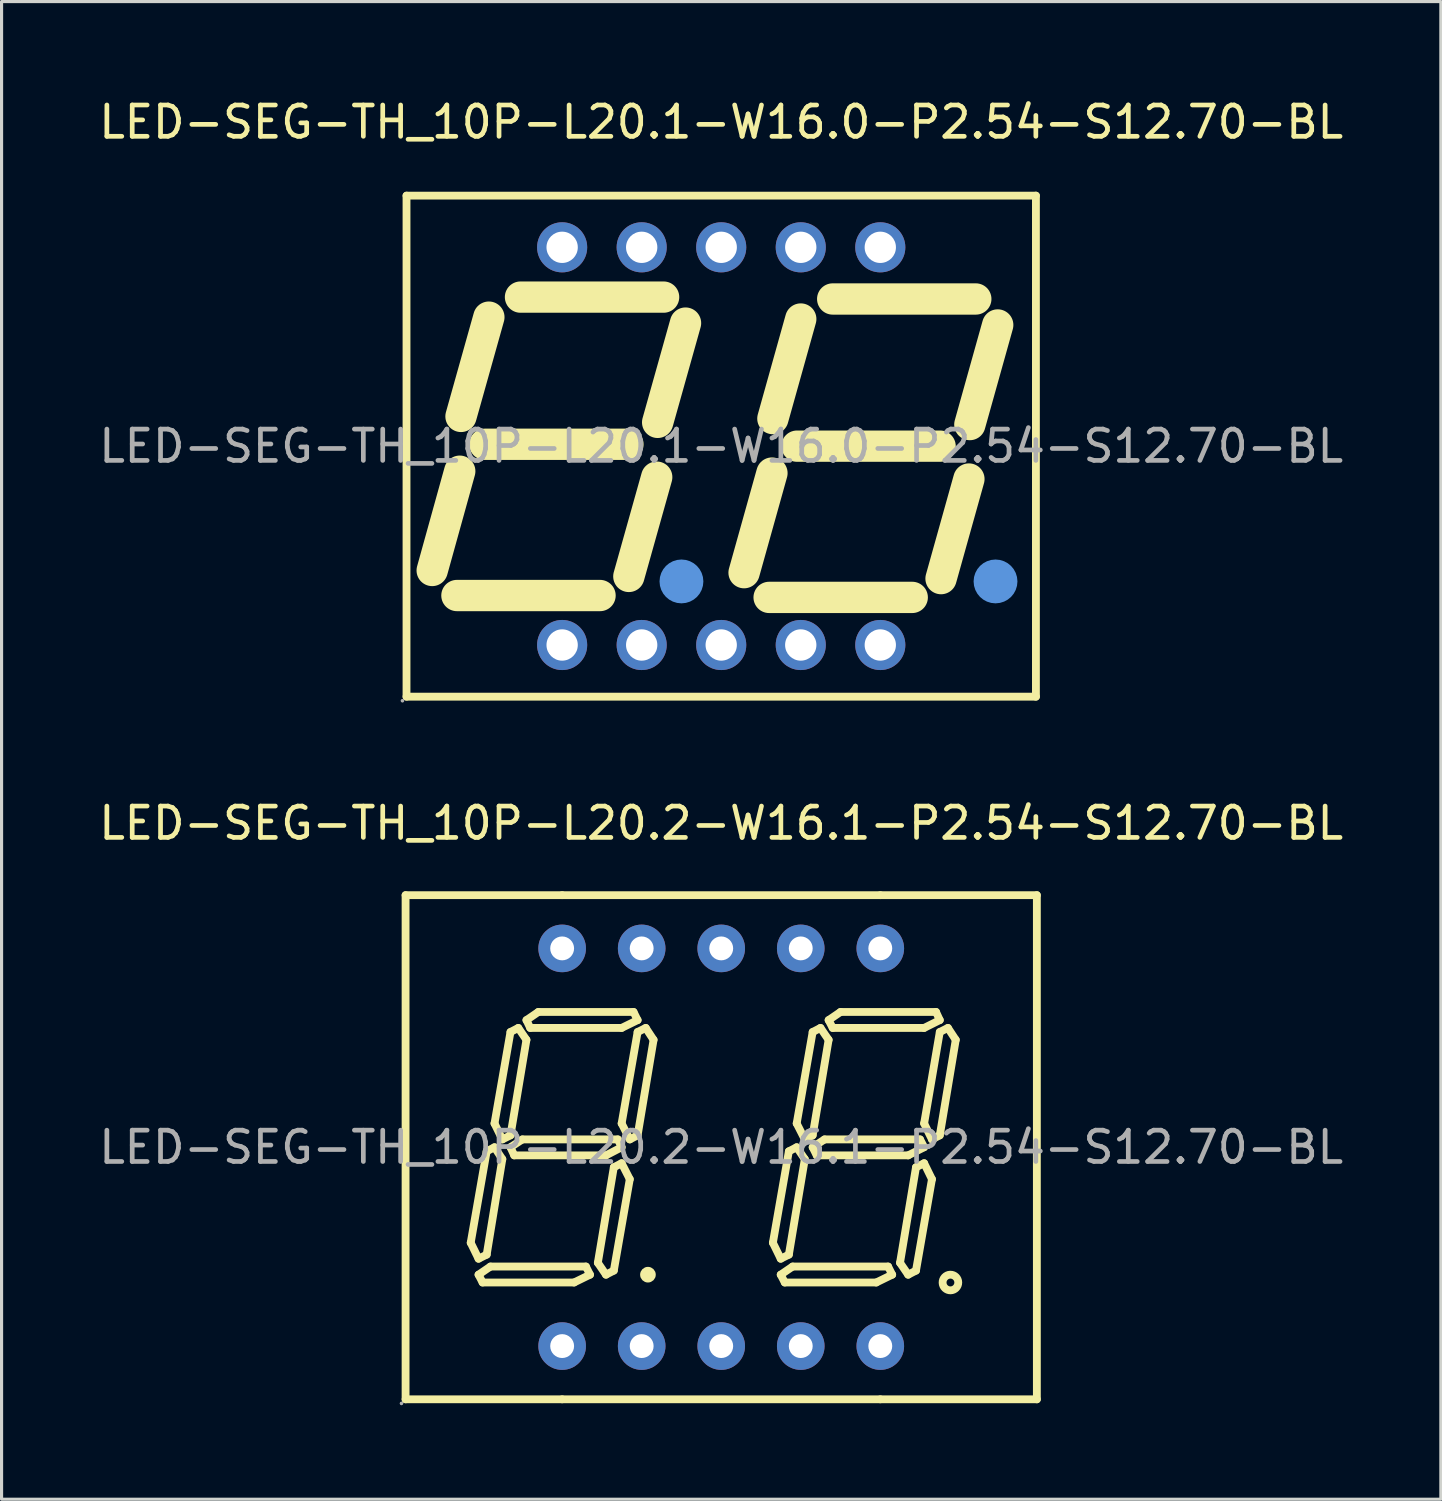
<source format=kicad_pcb>
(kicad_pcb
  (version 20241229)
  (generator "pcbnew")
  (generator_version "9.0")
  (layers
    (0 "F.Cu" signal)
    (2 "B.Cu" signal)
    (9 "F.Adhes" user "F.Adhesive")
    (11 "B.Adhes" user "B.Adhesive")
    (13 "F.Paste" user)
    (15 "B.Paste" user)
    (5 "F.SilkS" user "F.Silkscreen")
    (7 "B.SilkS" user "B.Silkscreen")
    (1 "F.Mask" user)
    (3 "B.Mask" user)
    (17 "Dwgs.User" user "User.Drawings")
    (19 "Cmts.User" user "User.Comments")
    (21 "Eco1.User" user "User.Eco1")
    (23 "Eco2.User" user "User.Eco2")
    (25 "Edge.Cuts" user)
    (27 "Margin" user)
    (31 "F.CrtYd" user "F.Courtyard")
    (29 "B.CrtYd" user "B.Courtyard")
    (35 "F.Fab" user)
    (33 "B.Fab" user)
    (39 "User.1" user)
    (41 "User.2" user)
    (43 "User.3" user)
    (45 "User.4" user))
  (footprint "LED-SEG-TH_10P-L20.1-W16.0-P2.54-S12.70-BL"
    (layer "F.Cu")
    (at 19.982 11.198)
    (property "Reference" "LED-SEG-TH_10P-L20.1-W16.0-P2.54-S12.70-BL" (at 0 -10.35 0) (layer "F.SilkS") (effects (font (size 1 1) (thickness 0.15))))
    (attr through_hole)
    (fp_line (start -10.05 -8) (end -10.05 8) (stroke (width 0.25) (type solid)) (layer "F.SilkS"))
    (fp_line (start -10.05 -8) (end 10.05 -8) (stroke (width 0.25) (type solid)) (layer "F.SilkS"))
    (fp_line (start -8.44 4.77) (end -3.87 4.77) (stroke (width 1) (type solid)) (layer "F.SilkS"))
    (fp_line (start -8.35 0.8) (end -9.23 3.97) (stroke (width 1) (type solid)) (layer "F.SilkS"))
    (fp_line (start -7.55 -0.06) (end -2.98 -0.06) (stroke (width 1) (type solid)) (layer "F.SilkS"))
    (fp_line (start -7.42 -4.12) (end -8.31 -0.95) (stroke (width 1) (type solid)) (layer "F.SilkS"))
    (fp_line (start -6.41 -4.76) (end -1.84 -4.76) (stroke (width 1) (type solid)) (layer "F.SilkS"))
    (fp_line (start -2.06 0.99) (end -2.95 4.16) (stroke (width 1) (type solid)) (layer "F.SilkS"))
    (fp_line (start -1.14 -3.93) (end -2.03 -0.76) (stroke (width 1) (type solid)) (layer "F.SilkS"))
    (fp_line (start 1.53 4.83) (end 6.1 4.83) (stroke (width 1) (type solid)) (layer "F.SilkS"))
    (fp_line (start 1.62 0.86) (end 0.73 4.04) (stroke (width 1) (type solid)) (layer "F.SilkS"))
    (fp_line (start 2.42 0) (end 6.99 0) (stroke (width 1) (type solid)) (layer "F.SilkS"))
    (fp_line (start 2.54 -4.06) (end 1.65 -0.88) (stroke (width 1) (type solid)) (layer "F.SilkS"))
    (fp_line (start 3.56 -4.7) (end 8.13 -4.7) (stroke (width 1) (type solid)) (layer "F.SilkS"))
    (fp_line (start 7.91 1.05) (end 7.02 4.23) (stroke (width 1) (type solid)) (layer "F.SilkS"))
    (fp_line (start 8.83 -3.87) (end 7.94 -0.69) (stroke (width 1) (type solid)) (layer "F.SilkS"))
    (fp_line (start 10.05 -8) (end 10.05 8) (stroke (width 0.25) (type solid)) (layer "F.SilkS"))
    (fp_line (start 10.05 8) (end -10.05 8) (stroke (width 0.25) (type solid)) (layer "F.SilkS"))
    (fp_circle (center -1.21 4.25) (end -0.93 4.25) (stroke (width 0.5) (type solid)) (fill no) (layer "F.SilkS"))
    (fp_circle (center 8.76 4.32) (end 9.04 4.32) (stroke (width 0.5) (type solid)) (fill no) (layer "F.SilkS"))
    (fp_circle (center -1.27 4.32) (end -0.92 4.32) (stroke (width 0.7) (type solid)) (fill no) (layer "Cmts.User"))
    (fp_circle (center 8.76 4.32) (end 9.11 4.32) (stroke (width 0.7) (type solid)) (fill no) (layer "Cmts.User"))
    (fp_circle (center -10.18 8.13) (end -10.15 8.13) (stroke (width 0.06) (type solid)) (fill no) (layer "F.Fab"))
    (fp_circle (center -5.08 -6.35) (end -4.88 -6.35) (stroke (width 0.4) (type solid)) (fill no) (layer "F.Fab"))
    (fp_circle (center -5.08 6.35) (end -4.88 6.35) (stroke (width 0.4) (type solid)) (fill no) (layer "F.Fab"))
    (fp_circle (center -2.54 -6.35) (end -2.34 -6.35) (stroke (width 0.4) (type solid)) (fill no) (layer "F.Fab"))
    (fp_circle (center -2.54 6.35) (end -2.34 6.35) (stroke (width 0.4) (type solid)) (fill no) (layer "F.Fab"))
    (fp_circle (center 0 -6.35) (end 0.2 -6.35) (stroke (width 0.4) (type solid)) (fill no) (layer "F.Fab"))
    (fp_circle (center 0 6.35) (end 0.2 6.35) (stroke (width 0.4) (type solid)) (fill no) (layer "F.Fab"))
    (fp_circle (center 2.54 -6.35) (end 2.74 -6.35) (stroke (width 0.4) (type solid)) (fill no) (layer "F.Fab"))
    (fp_circle (center 2.54 6.35) (end 2.74 6.35) (stroke (width 0.4) (type solid)) (fill no) (layer "F.Fab"))
    (fp_circle (center 5.08 -6.35) (end 5.28 -6.35) (stroke (width 0.4) (type solid)) (fill no) (layer "F.Fab"))
    (fp_circle (center 5.08 6.35) (end 5.28 6.35) (stroke (width 0.4) (type solid)) (fill no) (layer "F.Fab"))
    (fp_text user "${REFERENCE}" (at 0 0 0) (layer "F.Fab") (effects (font (size 1 1) (thickness 0.15))))
    (pad "1" thru_hole circle (at -5.08 6.35) (size 1.6 1.6) (drill 1) (layers "*.Cu" "*.Paste" "*.Mask"))
    (pad "2" thru_hole circle (at -2.54 6.35) (size 1.6 1.6) (drill 1) (layers "*.Cu" "*.Paste" "*.Mask"))
    (pad "3" thru_hole circle (at 0 6.35) (size 1.6 1.6) (drill 1) (layers "*.Cu" "*.Paste" "*.Mask"))
    (pad "4" thru_hole circle (at 2.54 6.35) (size 1.6 1.6) (drill 1) (layers "*.Cu" "*.Paste" "*.Mask"))
    (pad "5" thru_hole circle (at 5.08 6.35) (size 1.6 1.6) (drill 1) (layers "*.Cu" "*.Paste" "*.Mask"))
    (pad "6" thru_hole circle (at 5.08 -6.35) (size 1.6 1.6) (drill 1) (layers "*.Cu" "*.Paste" "*.Mask"))
    (pad "7" thru_hole circle (at 2.54 -6.35) (size 1.6 1.6) (drill 1) (layers "*.Cu" "*.Paste" "*.Mask"))
    (pad "8" thru_hole circle (at 0 -6.35) (size 1.6 1.6) (drill 1) (layers "*.Cu" "*.Paste" "*.Mask"))
    (pad "9" thru_hole circle (at -2.54 -6.35) (size 1.6 1.6) (drill 1) (layers "*.Cu" "*.Paste" "*.Mask"))
    (pad "10" thru_hole circle (at -5.08 -6.35) (size 1.6 1.6) (drill 1) (layers "*.Cu" "*.Paste" "*.Mask")))
  (footprint "LED-SEG-TH_10P-L20.2-W16.1-P2.54-S12.70-BL"
    (layer "F.Cu")
    (at 19.982 33.587)
    (property "Reference" "LED-SEG-TH_10P-L20.2-W16.1-P2.54-S12.70-BL" (at 0 -10.35 0) (layer "F.SilkS") (effects (font (size 1 1) (thickness 0.15))))
    (attr through_hole)
    (fp_line (start -10.08 -8.05) (end -10.08 8.05) (stroke (width 0.25) (type solid)) (layer "F.SilkS"))
    (fp_line (start -10.08 8.05) (end -5.08 8.05) (stroke (width 0.25) (type solid)) (layer "F.SilkS"))
    (fp_line (start -8 3.05) (end -7.49 0.13) (stroke (width 0.25) (type solid)) (layer "F.SilkS"))
    (fp_line (start -7.75 3.56) (end -8 3.05) (stroke (width 0.25) (type solid)) (layer "F.SilkS"))
    (fp_line (start -7.75 4.07) (end -7.62 4.32) (stroke (width 0.25) (type solid)) (layer "F.SilkS"))
    (fp_line (start -7.62 4.32) (end -4.7 4.32) (stroke (width 0.25) (type solid)) (layer "F.SilkS"))
    (fp_line (start -7.49 0.13) (end -7.24 0) (stroke (width 0.25) (type solid)) (layer "F.SilkS"))
    (fp_line (start -7.49 3.43) (end -7.75 3.56) (stroke (width 0.25) (type solid)) (layer "F.SilkS"))
    (fp_line (start -7.37 3.81) (end -7.75 4.07) (stroke (width 0.25) (type solid)) (layer "F.SilkS"))
    (fp_line (start -7.24 -0.76) (end -6.73 -3.68) (stroke (width 0.25) (type solid)) (layer "F.SilkS"))
    (fp_line (start -7.24 0) (end -6.99 0.38) (stroke (width 0.25) (type solid)) (layer "F.SilkS"))
    (fp_line (start -6.99 -0.25) (end -7.24 -0.76) (stroke (width 0.25) (type solid)) (layer "F.SilkS"))
    (fp_line (start -6.99 0.38) (end -7.49 3.43) (stroke (width 0.25) (type solid)) (layer "F.SilkS"))
    (fp_line (start -6.73 -3.68) (end -6.48 -3.81) (stroke (width 0.25) (type solid)) (layer "F.SilkS"))
    (fp_line (start -6.73 -0.38) (end -6.99 -0.25) (stroke (width 0.25) (type solid)) (layer "F.SilkS"))
    (fp_line (start -6.73 0) (end -6.61 0.26) (stroke (width 0.25) (type solid)) (layer "F.SilkS"))
    (fp_line (start -6.61 0.26) (end -3.68 0.26) (stroke (width 0.25) (type solid)) (layer "F.SilkS"))
    (fp_line (start -6.48 -3.81) (end -6.22 -3.43) (stroke (width 0.25) (type solid)) (layer "F.SilkS"))
    (fp_line (start -6.35 -0.25) (end -6.73 0) (stroke (width 0.25) (type solid)) (layer "F.SilkS"))
    (fp_line (start -6.22 -4.06) (end -5.84 -4.32) (stroke (width 0.25) (type solid)) (layer "F.SilkS"))
    (fp_line (start -6.22 -3.43) (end -6.73 -0.38) (stroke (width 0.25) (type solid)) (layer "F.SilkS"))
    (fp_line (start -6.1 -3.81) (end -6.22 -4.06) (stroke (width 0.25) (type solid)) (layer "F.SilkS"))
    (fp_line (start -5.84 -4.32) (end -2.8 -4.32) (stroke (width 0.25) (type solid)) (layer "F.SilkS"))
    (fp_line (start -5.08 -8.05) (end -10.08 -8.05) (stroke (width 0.25) (type solid)) (layer "F.SilkS"))
    (fp_line (start -5.08 8.05) (end 5.08 8.05) (stroke (width 0.25) (type solid)) (layer "F.SilkS"))
    (fp_line (start -4.7 4.32) (end -4.19 4.07) (stroke (width 0.25) (type solid)) (layer "F.SilkS"))
    (fp_line (start -4.32 3.81) (end -7.37 3.81) (stroke (width 0.25) (type solid)) (layer "F.SilkS"))
    (fp_line (start -4.19 4.07) (end -4.32 3.81) (stroke (width 0.25) (type solid)) (layer "F.SilkS"))
    (fp_line (start -3.94 3.69) (end -3.68 4.07) (stroke (width 0.25) (type solid)) (layer "F.SilkS"))
    (fp_line (start -3.68 0.26) (end -3.18 0) (stroke (width 0.25) (type solid)) (layer "F.SilkS"))
    (fp_line (start -3.68 4.07) (end -3.43 3.94) (stroke (width 0.25) (type solid)) (layer "F.SilkS"))
    (fp_line (start -3.43 0.64) (end -3.94 3.69) (stroke (width 0.25) (type solid)) (layer "F.SilkS"))
    (fp_line (start -3.43 3.94) (end -2.92 1.02) (stroke (width 0.25) (type solid)) (layer "F.SilkS"))
    (fp_line (start -3.3 -0.25) (end -6.35 -0.25) (stroke (width 0.25) (type solid)) (layer "F.SilkS"))
    (fp_line (start -3.18 -3.81) (end -6.1 -3.81) (stroke (width 0.25) (type solid)) (layer "F.SilkS"))
    (fp_line (start -3.18 -0.76) (end -2.67 -3.68) (stroke (width 0.25) (type solid)) (layer "F.SilkS"))
    (fp_line (start -3.18 0) (end -3.3 -0.25) (stroke (width 0.25) (type solid)) (layer "F.SilkS"))
    (fp_line (start -3.18 0.51) (end -3.43 0.64) (stroke (width 0.25) (type solid)) (layer "F.SilkS"))
    (fp_line (start -2.92 -0.25) (end -3.18 -0.76) (stroke (width 0.25) (type solid)) (layer "F.SilkS"))
    (fp_line (start -2.92 1.02) (end -3.18 0.51) (stroke (width 0.25) (type solid)) (layer "F.SilkS"))
    (fp_line (start -2.8 -4.32) (end -2.67 -4.06) (stroke (width 0.25) (type solid)) (layer "F.SilkS"))
    (fp_line (start -2.67 -4.06) (end -3.18 -3.81) (stroke (width 0.25) (type solid)) (layer "F.SilkS"))
    (fp_line (start -2.67 -3.68) (end -2.41 -3.81) (stroke (width 0.25) (type solid)) (layer "F.SilkS"))
    (fp_line (start -2.67 -0.38) (end -2.92 -0.25) (stroke (width 0.25) (type solid)) (layer "F.SilkS"))
    (fp_line (start -2.41 -3.81) (end -2.16 -3.43) (stroke (width 0.25) (type solid)) (layer "F.SilkS"))
    (fp_line (start -2.16 -3.43) (end -2.67 -0.38) (stroke (width 0.25) (type solid)) (layer "F.SilkS"))
    (fp_line (start 1.65 3.05) (end 2.16 0.13) (stroke (width 0.25) (type solid)) (layer "F.SilkS"))
    (fp_line (start 1.9 3.56) (end 1.65 3.05) (stroke (width 0.25) (type solid)) (layer "F.SilkS"))
    (fp_line (start 1.9 4.07) (end 2.03 4.32) (stroke (width 0.25) (type solid)) (layer "F.SilkS"))
    (fp_line (start 2.03 4.32) (end 4.95 4.32) (stroke (width 0.25) (type solid)) (layer "F.SilkS"))
    (fp_line (start 2.16 0.13) (end 2.41 0) (stroke (width 0.25) (type solid)) (layer "F.SilkS"))
    (fp_line (start 2.16 3.43) (end 1.9 3.56) (stroke (width 0.25) (type solid)) (layer "F.SilkS"))
    (fp_line (start 2.28 3.81) (end 1.9 4.07) (stroke (width 0.25) (type solid)) (layer "F.SilkS"))
    (fp_line (start 2.41 -0.76) (end 2.92 -3.68) (stroke (width 0.25) (type solid)) (layer "F.SilkS"))
    (fp_line (start 2.41 0) (end 2.67 0.38) (stroke (width 0.25) (type solid)) (layer "F.SilkS"))
    (fp_line (start 2.67 -0.25) (end 2.41 -0.76) (stroke (width 0.25) (type solid)) (layer "F.SilkS"))
    (fp_line (start 2.67 0.38) (end 2.16 3.43) (stroke (width 0.25) (type solid)) (layer "F.SilkS"))
    (fp_line (start 2.92 -3.68) (end 3.17 -3.81) (stroke (width 0.25) (type solid)) (layer "F.SilkS"))
    (fp_line (start 2.92 -0.38) (end 2.67 -0.25) (stroke (width 0.25) (type solid)) (layer "F.SilkS"))
    (fp_line (start 2.92 0) (end 3.05 0.26) (stroke (width 0.25) (type solid)) (layer "F.SilkS"))
    (fp_line (start 3.05 0.26) (end 5.97 0.26) (stroke (width 0.25) (type solid)) (layer "F.SilkS"))
    (fp_line (start 3.17 -3.81) (end 3.43 -3.43) (stroke (width 0.25) (type solid)) (layer "F.SilkS"))
    (fp_line (start 3.3 -0.25) (end 2.92 0) (stroke (width 0.25) (type solid)) (layer "F.SilkS"))
    (fp_line (start 3.43 -4.06) (end 3.81 -4.32) (stroke (width 0.25) (type solid)) (layer "F.SilkS"))
    (fp_line (start 3.43 -3.43) (end 2.92 -0.38) (stroke (width 0.25) (type solid)) (layer "F.SilkS"))
    (fp_line (start 3.56 -3.81) (end 3.43 -4.06) (stroke (width 0.25) (type solid)) (layer "F.SilkS"))
    (fp_line (start 3.81 -4.32) (end 6.86 -4.32) (stroke (width 0.25) (type solid)) (layer "F.SilkS"))
    (fp_line (start 4.95 4.32) (end 5.46 4.07) (stroke (width 0.25) (type solid)) (layer "F.SilkS"))
    (fp_line (start 5.08 -8.05) (end -5.08 -8.05) (stroke (width 0.25) (type solid)) (layer "F.SilkS"))
    (fp_line (start 5.08 8.05) (end 10.08 8.05) (stroke (width 0.25) (type solid)) (layer "F.SilkS"))
    (fp_line (start 5.33 3.81) (end 2.28 3.81) (stroke (width 0.25) (type solid)) (layer "F.SilkS"))
    (fp_line (start 5.46 4.07) (end 5.33 3.81) (stroke (width 0.25) (type solid)) (layer "F.SilkS"))
    (fp_line (start 5.71 3.69) (end 5.97 4.07) (stroke (width 0.25) (type solid)) (layer "F.SilkS"))
    (fp_line (start 5.97 0.26) (end 6.48 0) (stroke (width 0.25) (type solid)) (layer "F.SilkS"))
    (fp_line (start 5.97 4.07) (end 6.22 3.94) (stroke (width 0.25) (type solid)) (layer "F.SilkS"))
    (fp_line (start 6.22 0.64) (end 5.71 3.69) (stroke (width 0.25) (type solid)) (layer "F.SilkS"))
    (fp_line (start 6.22 3.94) (end 6.73 1.02) (stroke (width 0.25) (type solid)) (layer "F.SilkS"))
    (fp_line (start 6.35 -0.25) (end 3.3 -0.25) (stroke (width 0.25) (type solid)) (layer "F.SilkS"))
    (fp_line (start 6.48 -3.81) (end 3.56 -3.81) (stroke (width 0.25) (type solid)) (layer "F.SilkS"))
    (fp_line (start 6.48 -0.76) (end 6.98 -3.68) (stroke (width 0.25) (type solid)) (layer "F.SilkS"))
    (fp_line (start 6.48 0) (end 6.35 -0.25) (stroke (width 0.25) (type solid)) (layer "F.SilkS"))
    (fp_line (start 6.48 0.51) (end 6.22 0.64) (stroke (width 0.25) (type solid)) (layer "F.SilkS"))
    (fp_line (start 6.73 -0.25) (end 6.48 -0.76) (stroke (width 0.25) (type solid)) (layer "F.SilkS"))
    (fp_line (start 6.73 1.02) (end 6.48 0.51) (stroke (width 0.25) (type solid)) (layer "F.SilkS"))
    (fp_line (start 6.86 -4.32) (end 6.98 -4.06) (stroke (width 0.25) (type solid)) (layer "F.SilkS"))
    (fp_line (start 6.98 -4.06) (end 6.48 -3.81) (stroke (width 0.25) (type solid)) (layer "F.SilkS"))
    (fp_line (start 6.98 -3.68) (end 7.24 -3.81) (stroke (width 0.25) (type solid)) (layer "F.SilkS"))
    (fp_line (start 6.98 -0.38) (end 6.73 -0.25) (stroke (width 0.25) (type solid)) (layer "F.SilkS"))
    (fp_line (start 7.24 -3.81) (end 7.49 -3.43) (stroke (width 0.25) (type solid)) (layer "F.SilkS"))
    (fp_line (start 7.49 -3.43) (end 6.98 -0.38) (stroke (width 0.25) (type solid)) (layer "F.SilkS"))
    (fp_line (start 10.08 -8.05) (end 5.08 -8.05) (stroke (width 0.25) (type solid)) (layer "F.SilkS"))
    (fp_line (start 10.08 8.05) (end 10.08 -8.05) (stroke (width 0.25) (type solid)) (layer "F.SilkS"))
    (fp_arc (start -2.34 4.07) (mid -2.34 4.07) (end -2.34 4.07) (stroke (width 0.25) (type solid)) (layer "F.SilkS"))
    (fp_arc (start 7.32 4.07) (mid 7.324996 4.56995) (end 7.310011 4.0702) (stroke (width 0.25) (type solid)) (layer "F.SilkS"))
    (fp_circle (center -10.21 8.18) (end -10.18 8.18) (stroke (width 0.06) (type solid)) (fill no) (layer "F.Fab"))
    (fp_circle (center -5.08 -6.35) (end -4.94 -6.35) (stroke (width 0.28) (type solid)) (fill no) (layer "F.Fab"))
    (fp_circle (center -5.08 6.35) (end -4.94 6.35) (stroke (width 0.28) (type solid)) (fill no) (layer "F.Fab"))
    (fp_circle (center -2.54 -6.35) (end -2.4 -6.35) (stroke (width 0.28) (type solid)) (fill no) (layer "F.Fab"))
    (fp_circle (center -2.54 6.35) (end -2.4 6.35) (stroke (width 0.28) (type solid)) (fill no) (layer "F.Fab"))
    (fp_circle (center 0 -6.35) (end 0.14 -6.35) (stroke (width 0.28) (type solid)) (fill no) (layer "F.Fab"))
    (fp_circle (center 0 6.35) (end 0.14 6.35) (stroke (width 0.28) (type solid)) (fill no) (layer "F.Fab"))
    (fp_circle (center 2.54 -6.35) (end 2.68 -6.35) (stroke (width 0.28) (type solid)) (fill no) (layer "F.Fab"))
    (fp_circle (center 2.54 6.35) (end 2.68 6.35) (stroke (width 0.28) (type solid)) (fill no) (layer "F.Fab"))
    (fp_circle (center 5.08 -6.35) (end 5.22 -6.35) (stroke (width 0.28) (type solid)) (fill no) (layer "F.Fab"))
    (fp_circle (center 5.08 6.35) (end 5.22 6.35) (stroke (width 0.28) (type solid)) (fill no) (layer "F.Fab"))
    (fp_text user "${REFERENCE}" (at 0 0 0) (layer "F.Fab") (effects (font (size 1 1) (thickness 0.15))))
    (pad "1" thru_hole circle (at -5.08 6.35) (size 1.52 1.52) (drill 0.762) (layers "*.Cu" "*.Paste" "*.Mask"))
    (pad "2" thru_hole circle (at -2.54 6.35) (size 1.52 1.52) (drill 0.762) (layers "*.Cu" "*.Paste" "*.Mask"))
    (pad "3" thru_hole circle (at 0 6.35) (size 1.52 1.52) (drill 0.762) (layers "*.Cu" "*.Paste" "*.Mask"))
    (pad "4" thru_hole circle (at 2.54 6.35) (size 1.52 1.52) (drill 0.762) (layers "*.Cu" "*.Paste" "*.Mask"))
    (pad "5" thru_hole circle (at 5.08 6.35) (size 1.52 1.52) (drill 0.762) (layers "*.Cu" "*.Paste" "*.Mask"))
    (pad "6" thru_hole circle (at 5.08 -6.35) (size 1.52 1.52) (drill 0.762) (layers "*.Cu" "*.Paste" "*.Mask"))
    (pad "7" thru_hole circle (at 2.54 -6.35) (size 1.52 1.52) (drill 0.762) (layers "*.Cu" "*.Paste" "*.Mask"))
    (pad "8" thru_hole circle (at 0 -6.35) (size 1.52 1.52) (drill 0.762) (layers "*.Cu" "*.Paste" "*.Mask"))
    (pad "9" thru_hole circle (at -2.54 -6.35) (size 1.52 1.52) (drill 0.762) (layers "*.Cu" "*.Paste" "*.Mask"))
    (pad "10" thru_hole circle (at -5.08 -6.35) (size 1.52 1.52) (drill 0.762) (layers "*.Cu" "*.Paste" "*.Mask")))
  (gr_rect
    (start -3 -3)
    (end 42.964 44.827)
    (stroke (width 0.1) (type default))
    (fill no)
    (layer "Edge.Cuts")))
</source>
